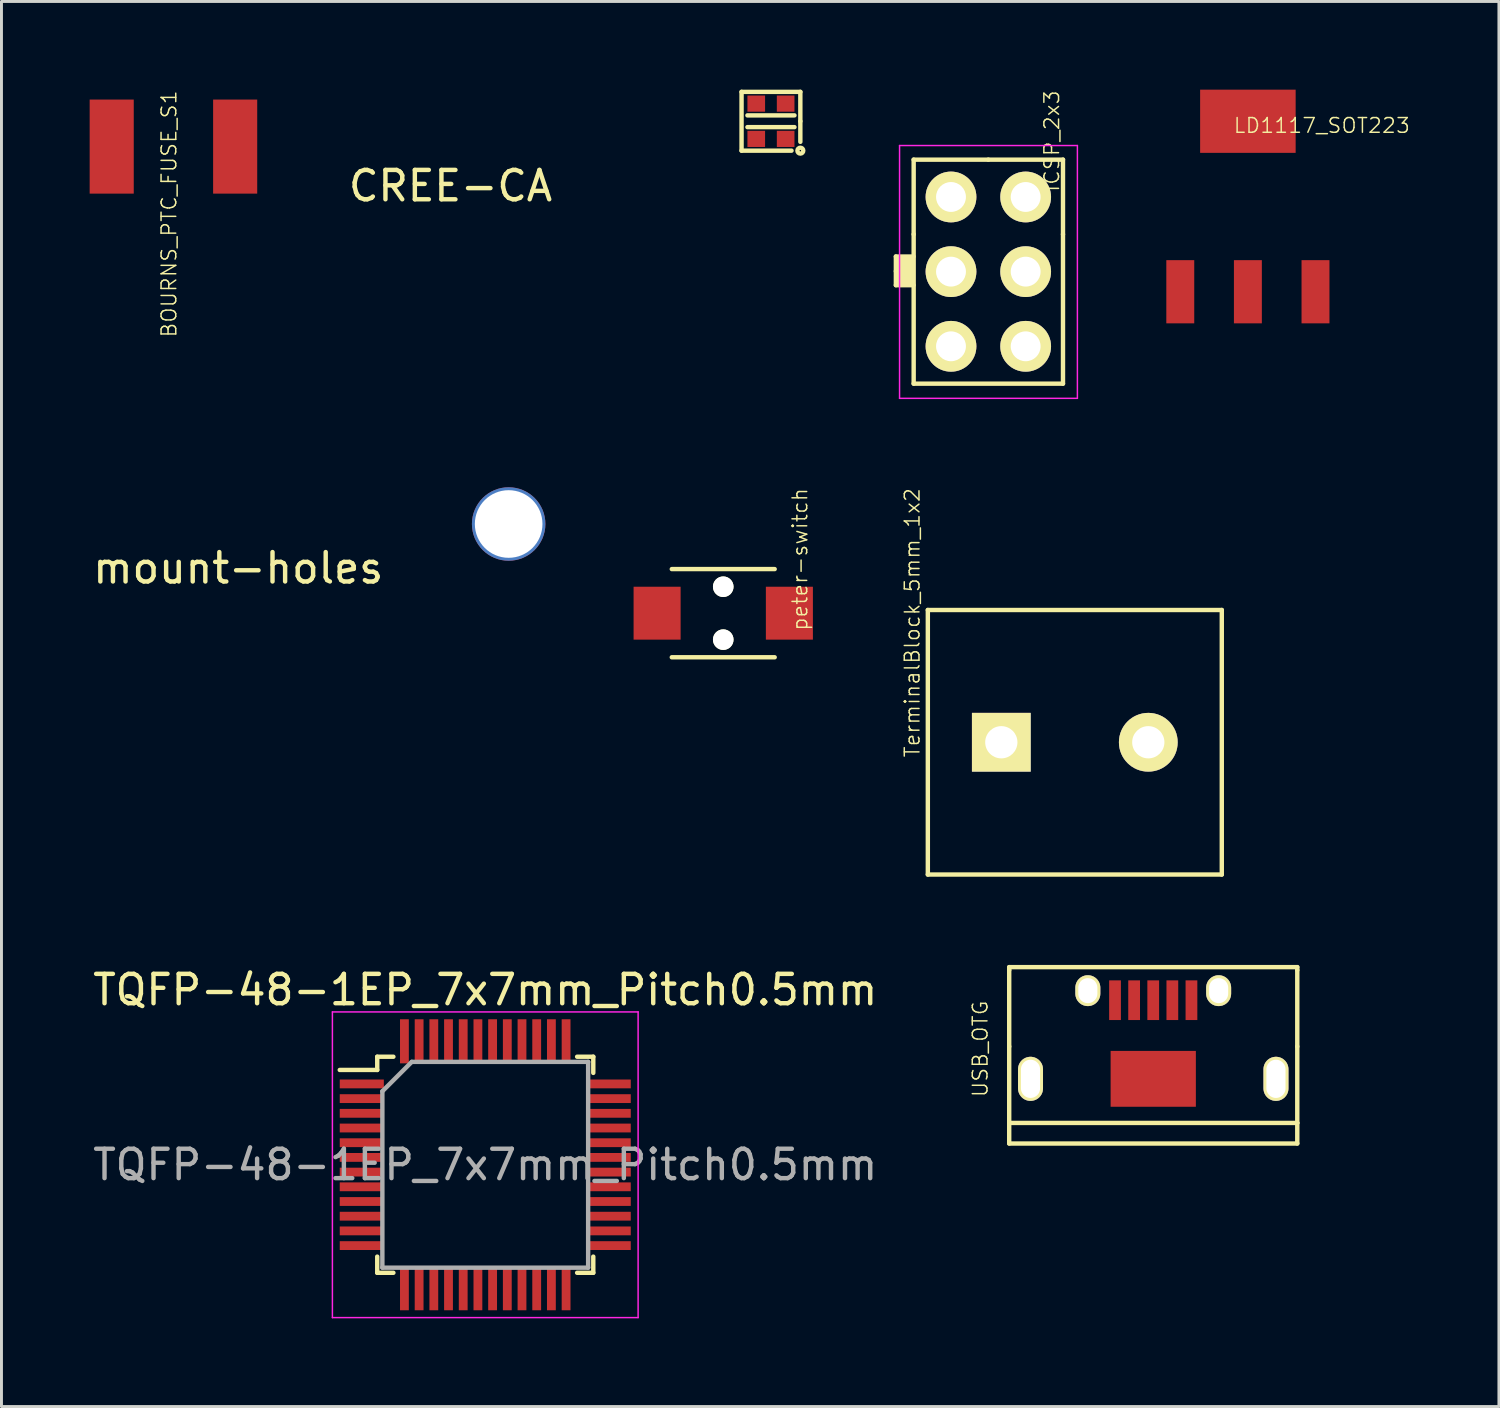
<source format=kicad_pcb>
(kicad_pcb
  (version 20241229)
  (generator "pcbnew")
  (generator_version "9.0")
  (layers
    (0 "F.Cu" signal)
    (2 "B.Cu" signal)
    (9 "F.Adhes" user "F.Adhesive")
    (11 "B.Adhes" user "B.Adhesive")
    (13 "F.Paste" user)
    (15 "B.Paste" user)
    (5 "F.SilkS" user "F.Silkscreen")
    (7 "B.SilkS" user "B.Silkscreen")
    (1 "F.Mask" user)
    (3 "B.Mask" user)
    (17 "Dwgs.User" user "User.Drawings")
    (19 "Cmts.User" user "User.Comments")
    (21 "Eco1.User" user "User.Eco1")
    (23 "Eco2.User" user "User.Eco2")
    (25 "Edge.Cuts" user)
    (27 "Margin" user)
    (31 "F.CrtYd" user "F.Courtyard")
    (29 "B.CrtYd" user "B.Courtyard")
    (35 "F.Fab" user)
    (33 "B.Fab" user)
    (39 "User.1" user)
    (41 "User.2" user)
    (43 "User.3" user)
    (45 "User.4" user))
  (footprint "TQFP-48-1EP_7x7mm_Pitch0.5mm"
    (layer "F.Cu")
    (at 13.458 36.574)
    (property "Reference" "TQFP-48-1EP_7x7mm_Pitch0.5mm" (at 0 -5.95 0) (layer "F.SilkS") (effects (font (size 1 1) (thickness 0.15))))
    (attr smd)
    (fp_line (start -3.675 -3.675) (end -3.675 -3.225) (stroke (width 0.15) (type solid)) (layer "F.SilkS"))
    (fp_line (start -3.675 -3.675) (end -3.125 -3.675) (stroke (width 0.15) (type solid)) (layer "F.SilkS"))
    (fp_line (start -3.675 -3.225) (end -4.95 -3.225) (stroke (width 0.15) (type solid)) (layer "F.SilkS"))
    (fp_line (start -3.675 3.675) (end -3.675 3.125) (stroke (width 0.15) (type solid)) (layer "F.SilkS"))
    (fp_line (start -3.675 3.675) (end -3.125 3.675) (stroke (width 0.15) (type solid)) (layer "F.SilkS"))
    (fp_line (start 3.675 -3.675) (end 3.125 -3.675) (stroke (width 0.15) (type solid)) (layer "F.SilkS"))
    (fp_line (start 3.675 -3.675) (end 3.675 -3.125) (stroke (width 0.15) (type solid)) (layer "F.SilkS"))
    (fp_line (start 3.675 3.675) (end 3.125 3.675) (stroke (width 0.15) (type solid)) (layer "F.SilkS"))
    (fp_line (start 3.675 3.675) (end 3.675 3.125) (stroke (width 0.15) (type solid)) (layer "F.SilkS"))
    (fp_line (start -5.2 -5.2) (end -5.2 5.2) (stroke (width 0.05) (type solid)) (layer "F.CrtYd"))
    (fp_line (start -5.2 -5.2) (end 5.2 -5.2) (stroke (width 0.05) (type solid)) (layer "F.CrtYd"))
    (fp_line (start -5.2 5.2) (end 5.2 5.2) (stroke (width 0.05) (type solid)) (layer "F.CrtYd"))
    (fp_line (start 5.2 -5.2) (end 5.2 5.2) (stroke (width 0.05) (type solid)) (layer "F.CrtYd"))
    (fp_line (start -3.5 -2.5) (end -2.5 -3.5) (stroke (width 0.15) (type solid)) (layer "F.Fab"))
    (fp_line (start -3.5 3.5) (end -3.5 -2.5) (stroke (width 0.15) (type solid)) (layer "F.Fab"))
    (fp_line (start -2.5 -3.5) (end 3.5 -3.5) (stroke (width 0.15) (type solid)) (layer "F.Fab"))
    (fp_line (start 3.5 -3.5) (end 3.5 3.5) (stroke (width 0.15) (type solid)) (layer "F.Fab"))
    (fp_line (start 3.5 3.5) (end -3.5 3.5) (stroke (width 0.15) (type solid)) (layer "F.Fab"))
    (fp_text user "${REFERENCE}" (at 0 0 0) (layer "F.Fab") (effects (font (size 1 1) (thickness 0.15))))
    (pad "1" smd rect (at -4.2 -2.75) (size 1.5 0.3) (layers "F.Cu" "F.Mask" "F.Paste"))
    (pad "2" smd rect (at -4.2 -2.25) (size 1.5 0.3) (layers "F.Cu" "F.Mask" "F.Paste"))
    (pad "3" smd rect (at -4.2 -1.75) (size 1.5 0.3) (layers "F.Cu" "F.Mask" "F.Paste"))
    (pad "4" smd rect (at -4.2 -1.25) (size 1.5 0.3) (layers "F.Cu" "F.Mask" "F.Paste"))
    (pad "5" smd rect (at -4.2 -0.75) (size 1.5 0.3) (layers "F.Cu" "F.Mask" "F.Paste"))
    (pad "6" smd rect (at -4.2 -0.25) (size 1.5 0.3) (layers "F.Cu" "F.Mask" "F.Paste"))
    (pad "7" smd rect (at -4.2 0.25) (size 1.5 0.3) (layers "F.Cu" "F.Mask" "F.Paste"))
    (pad "8" smd rect (at -4.2 0.75) (size 1.5 0.3) (layers "F.Cu" "F.Mask" "F.Paste"))
    (pad "9" smd rect (at -4.2 1.25) (size 1.5 0.3) (layers "F.Cu" "F.Mask" "F.Paste"))
    (pad "10" smd rect (at -4.2 1.75) (size 1.5 0.3) (layers "F.Cu" "F.Mask" "F.Paste"))
    (pad "11" smd rect (at -4.2 2.25) (size 1.5 0.3) (layers "F.Cu" "F.Mask" "F.Paste"))
    (pad "12" smd rect (at -4.2 2.75) (size 1.5 0.3) (layers "F.Cu" "F.Mask" "F.Paste"))
    (pad "13" smd rect (at -2.75 4.2 90) (size 1.5 0.3) (layers "F.Cu" "F.Mask" "F.Paste"))
    (pad "14" smd rect (at -2.25 4.2 90) (size 1.5 0.3) (layers "F.Cu" "F.Mask" "F.Paste"))
    (pad "15" smd rect (at -1.75 4.2 90) (size 1.5 0.3) (layers "F.Cu" "F.Mask" "F.Paste"))
    (pad "16" smd rect (at -1.25 4.2 90) (size 1.5 0.3) (layers "F.Cu" "F.Mask" "F.Paste"))
    (pad "17" smd rect (at -0.75 4.2 90) (size 1.5 0.3) (layers "F.Cu" "F.Mask" "F.Paste"))
    (pad "18" smd rect (at -0.25 4.2 90) (size 1.5 0.3) (layers "F.Cu" "F.Mask" "F.Paste"))
    (pad "19" smd rect (at 0.25 4.2 90) (size 1.5 0.3) (layers "F.Cu" "F.Mask" "F.Paste"))
    (pad "20" smd rect (at 0.75 4.2 90) (size 1.5 0.3) (layers "F.Cu" "F.Mask" "F.Paste"))
    (pad "21" smd rect (at 1.25 4.2 90) (size 1.5 0.3) (layers "F.Cu" "F.Mask" "F.Paste"))
    (pad "22" smd rect (at 1.75 4.2 90) (size 1.5 0.3) (layers "F.Cu" "F.Mask" "F.Paste"))
    (pad "23" smd rect (at 2.25 4.2 90) (size 1.5 0.3) (layers "F.Cu" "F.Mask" "F.Paste"))
    (pad "24" smd rect (at 2.75 4.2 90) (size 1.5 0.3) (layers "F.Cu" "F.Mask" "F.Paste"))
    (pad "25" smd rect (at 4.2 2.75) (size 1.5 0.3) (layers "F.Cu" "F.Mask" "F.Paste"))
    (pad "26" smd rect (at 4.2 2.25) (size 1.5 0.3) (layers "F.Cu" "F.Mask" "F.Paste"))
    (pad "27" smd rect (at 4.2 1.75) (size 1.5 0.3) (layers "F.Cu" "F.Mask" "F.Paste"))
    (pad "28" smd rect (at 4.2 1.25) (size 1.5 0.3) (layers "F.Cu" "F.Mask" "F.Paste"))
    (pad "29" smd rect (at 4.2 0.75) (size 1.5 0.3) (layers "F.Cu" "F.Mask" "F.Paste"))
    (pad "30" smd rect (at 4.2 0.25) (size 1.5 0.3) (layers "F.Cu" "F.Mask" "F.Paste"))
    (pad "31" smd rect (at 4.2 -0.25) (size 1.5 0.3) (layers "F.Cu" "F.Mask" "F.Paste"))
    (pad "32" smd rect (at 4.2 -0.75) (size 1.5 0.3) (layers "F.Cu" "F.Mask" "F.Paste"))
    (pad "33" smd rect (at 4.2 -1.25) (size 1.5 0.3) (layers "F.Cu" "F.Mask" "F.Paste"))
    (pad "34" smd rect (at 4.2 -1.75) (size 1.5 0.3) (layers "F.Cu" "F.Mask" "F.Paste"))
    (pad "35" smd rect (at 4.2 -2.25) (size 1.5 0.3) (layers "F.Cu" "F.Mask" "F.Paste"))
    (pad "36" smd rect (at 4.2 -2.75) (size 1.5 0.3) (layers "F.Cu" "F.Mask" "F.Paste"))
    (pad "37" smd rect (at 2.75 -4.2 90) (size 1.5 0.3) (layers "F.Cu" "F.Mask" "F.Paste"))
    (pad "38" smd rect (at 2.25 -4.2 90) (size 1.5 0.3) (layers "F.Cu" "F.Mask" "F.Paste"))
    (pad "39" smd rect (at 1.75 -4.2 90) (size 1.5 0.3) (layers "F.Cu" "F.Mask" "F.Paste"))
    (pad "40" smd rect (at 1.25 -4.2 90) (size 1.5 0.3) (layers "F.Cu" "F.Mask" "F.Paste"))
    (pad "41" smd rect (at 0.75 -4.2 90) (size 1.5 0.3) (layers "F.Cu" "F.Mask" "F.Paste"))
    (pad "42" smd rect (at 0.25 -4.2 90) (size 1.5 0.3) (layers "F.Cu" "F.Mask" "F.Paste"))
    (pad "43" smd rect (at -0.25 -4.2 90) (size 1.5 0.3) (layers "F.Cu" "F.Mask" "F.Paste"))
    (pad "44" smd rect (at -0.75 -4.2 90) (size 1.5 0.3) (layers "F.Cu" "F.Mask" "F.Paste"))
    (pad "45" smd rect (at -1.25 -4.2 90) (size 1.5 0.3) (layers "F.Cu" "F.Mask" "F.Paste"))
    (pad "46" smd rect (at -1.75 -4.2 90) (size 1.5 0.3) (layers "F.Cu" "F.Mask" "F.Paste"))
    (pad "47" smd rect (at -2.25 -4.2 90) (size 1.5 0.3) (layers "F.Cu" "F.Mask" "F.Paste"))
    (pad "48" smd rect (at -2.75 -4.2 90) (size 1.5 0.3) (layers "F.Cu" "F.Mask" "F.Paste")))
  (footprint "BOURNS_PTC_FUSE_S1"
    (layer "F.Cu")
    (at 2.85 1.937)
    (property "Reference" "BOURNS_PTC_FUSE_S1" (at -0.15 2.29 90) (layer "F.SilkS") (effects (font (size 0.5 0.5) (thickness 0.05))))
    (attr through_hole)
    (pad "1" smd rect (at -2.1 0) (size 1.5 3.2) (layers "F.Cu" "F.Mask" "F.Paste"))
    (pad "2" smd rect (at 2.1 0) (size 1.5 3.2) (layers "F.Cu" "F.Mask" "F.Paste")))
  (footprint "mount-holes"
    (layer "F.Cu")
    (at 14.254 14.776)
    (property "Reference" "mount-holes" (at -9.2 1.5 0) (layer "F.SilkS") (effects (font (size 1 1) (thickness 0.15))))
    (attr through_hole)
    (pad "1" thru_hole circle (at 0 0) (size 2.5 2.5) (drill 2.3) (layers "*.Cu")))
  (footprint "ICSP_2x3"
    (layer "F.Cu")
    (at 29.302 3.651)
    (property "Reference" "ICSP_2x3" (at 3.43 -1.9 90) (layer "F.SilkS") (effects (font (size 0.5 0.5) (thickness 0.05))))
    (attr through_hole)
    (fp_line (start -1.875 2.025) (end -1.275 2.025) (stroke (width 0.15) (type solid)) (layer "F.SilkS"))
    (fp_line (start -1.875 2.525) (end -1.875 2.025) (stroke (width 0.15) (type solid)) (layer "F.SilkS"))
    (fp_line (start -1.875 2.525) (end -1.875 3) (stroke (width 0.15) (type solid)) (layer "F.SilkS"))
    (fp_line (start -1.875 3) (end -1.275 3) (stroke (width 0.15) (type solid)) (layer "F.SilkS"))
    (fp_line (start -1.775 2.125) (end -1.35 2.125) (stroke (width 0.15) (type solid)) (layer "F.SilkS"))
    (fp_line (start -1.775 2.975) (end -1.775 2.125) (stroke (width 0.15) (type solid)) (layer "F.SilkS"))
    (fp_line (start -1.7 2.25) (end -1.425 2.25) (stroke (width 0.15) (type solid)) (layer "F.SilkS"))
    (fp_line (start -1.7 2.9) (end -1.7 2.25) (stroke (width 0.15) (type solid)) (layer "F.SilkS"))
    (fp_line (start -1.625 2.35) (end -1.5 2.35) (stroke (width 0.15) (type solid)) (layer "F.SilkS"))
    (fp_line (start -1.625 2.775) (end -1.625 2.35) (stroke (width 0.15) (type solid)) (layer "F.SilkS"))
    (fp_line (start -1.525 2.675) (end -1.525 2.7) (stroke (width 0.15) (type solid)) (layer "F.SilkS"))
    (fp_line (start -1.5 2.35) (end -1.525 2.675) (stroke (width 0.15) (type solid)) (layer "F.SilkS"))
    (fp_line (start -1.425 2.25) (end -1.425 2.775) (stroke (width 0.15) (type solid)) (layer "F.SilkS"))
    (fp_line (start -1.425 2.775) (end -1.625 2.775) (stroke (width 0.15) (type solid)) (layer "F.SilkS"))
    (fp_line (start -1.35 2.125) (end -1.35 2.9) (stroke (width 0.15) (type solid)) (layer "F.SilkS"))
    (fp_line (start -1.35 2.9) (end -1.7 2.9) (stroke (width 0.15) (type solid)) (layer "F.SilkS"))
    (fp_line (start -1.27 -1.27) (end 1.27 -1.27) (stroke (width 0.15) (type solid)) (layer "F.SilkS"))
    (fp_line (start -1.27 1.27) (end -1.27 -1.27) (stroke (width 0.15) (type solid)) (layer "F.SilkS"))
    (fp_line (start -1.27 1.27) (end -1.27 6.35) (stroke (width 0.15) (type solid)) (layer "F.SilkS"))
    (fp_line (start -1.27 6.35) (end 3.81 6.35) (stroke (width 0.15) (type solid)) (layer "F.SilkS"))
    (fp_line (start 3.81 -1.27) (end 1.27 -1.27) (stroke (width 0.15) (type solid)) (layer "F.SilkS"))
    (fp_line (start 3.81 1.27) (end 3.81 -1.27) (stroke (width 0.15) (type solid)) (layer "F.SilkS"))
    (fp_line (start 3.81 6.35) (end 3.81 1.27) (stroke (width 0.15) (type solid)) (layer "F.SilkS"))
    (fp_line (start -1.75 -1.75) (end -1.75 6.85) (stroke (width 0.05) (type solid)) (layer "F.CrtYd"))
    (fp_line (start -1.75 -1.75) (end 4.3 -1.75) (stroke (width 0.05) (type solid)) (layer "F.CrtYd"))
    (fp_line (start -1.75 6.85) (end 4.3 6.85) (stroke (width 0.05) (type solid)) (layer "F.CrtYd"))
    (fp_line (start 4.3 -1.75) (end 4.3 6.85) (stroke (width 0.05) (type solid)) (layer "F.CrtYd"))
    (pad "1" thru_hole circle (at 0 0) (size 1.727 1.727) (drill 1.016) (layers "*.Cu" "*.Mask" "F.SilkS"))
    (pad "2" thru_hole oval (at 2.54 0) (size 1.727 1.727) (drill 1.016) (layers "*.Cu" "*.Mask" "F.SilkS"))
    (pad "3" thru_hole oval (at 0 2.54) (size 1.727 1.727) (drill 1.016) (layers "*.Cu" "*.Mask" "F.SilkS"))
    (pad "4" thru_hole oval (at 2.54 2.54) (size 1.727 1.727) (drill 1.016) (layers "*.Cu" "*.Mask" "F.SilkS"))
    (pad "5" thru_hole oval (at 0 5.08) (size 1.727 1.727) (drill 1.016) (layers "*.Cu" "*.Mask" "F.SilkS"))
    (pad "6" thru_hole oval (at 2.54 5.08) (size 1.727 1.727) (drill 1.016) (layers "*.Cu" "*.Mask" "F.SilkS")))
  (footprint "peter-switch"
    (layer "F.Cu")
    (at 21.554 17.81)
    (property "Reference" "peter-switch" (at 2.61 -1.83 90) (layer "F.SilkS") (effects (font (size 0.5 0.5) (thickness 0.05))))
    (attr through_hole)
    (fp_line (start -1.75 -1.5) (end 1.75 -1.5) (stroke (width 0.15) (type solid)) (layer "F.SilkS"))
    (fp_line (start -1.75 1.5) (end 1.75 1.5) (stroke (width 0.15) (type solid)) (layer "F.SilkS"))
    (pad "" np_thru_hole circle (at 0 -0.9) (size 0.7 0.7) (drill 0.7) (layers "*.Cu" "*.Mask" "F.SilkS"))
    (pad "" np_thru_hole circle (at 0 0.9) (size 0.7 0.7) (drill 0.7) (layers "*.Cu" "*.Mask" "F.SilkS"))
    (pad "1" smd rect (at -2.25 0) (size 1.6 1.8) (layers "F.Cu" "F.Mask" "F.Paste"))
    (pad "2" smd rect (at 2.25 0) (size 1.6 1.8) (layers "F.Cu" "F.Mask" "F.Paste")))
  (footprint "CREE-CA"
    (layer "F.Cu")
    (at 23.177 1.075)
    (property "Reference" "CREE-CA" (at -10.9 2.2 0) (layer "F.SilkS") (effects (font (size 1 1) (thickness 0.15))))
    (attr through_hole)
    (fp_line (start -1 -1) (end -1 1) (stroke (width 0.15) (type solid)) (layer "F.SilkS"))
    (fp_line (start -1 1) (end 0.7 1) (stroke (width 0.15) (type solid)) (layer "F.SilkS"))
    (fp_line (start -0.8 -0.2) (end 0.8 -0.2) (stroke (width 0.15) (type solid)) (layer "F.SilkS"))
    (fp_line (start -0.8 0.2) (end 0.8 0.2) (stroke (width 0.15) (type solid)) (layer "F.SilkS"))
    (fp_line (start 1 -1) (end -1 -1) (stroke (width 0.15) (type solid)) (layer "F.SilkS"))
    (fp_line (start 1 0) (end 1 -1) (stroke (width 0.15) (type solid)) (layer "F.SilkS"))
    (fp_line (start 1 0) (end 1 0.7) (stroke (width 0.15) (type solid)) (layer "F.SilkS"))
    (fp_circle (center 1 1) (end 1.1 1) (stroke (width 0.15) (type solid)) (fill no) (layer "F.SilkS"))
    (pad "1" smd rect (at 0.5 0.6) (size 0.6 0.55) (layers "F.Cu" "F.Mask" "F.Paste"))
    (pad "2" smd rect (at -0.5 0.6) (size 0.6 0.55) (layers "F.Cu" "F.Mask" "F.Paste"))
    (pad "3" smd rect (at -0.5 -0.6) (size 0.6 0.55) (layers "F.Cu" "F.Mask" "F.Paste"))
    (pad "4" smd rect (at 0.5 -0.6) (size 0.6 0.55) (layers "F.Cu" "F.Mask" "F.Paste")))
  (footprint "USB_OTG"
    (layer "F.Cu")
    (at 36.182 32.551)
    (property "Reference" "USB_OTG" (at -5.885 0.08 90) (layer "F.SilkS") (effects (font (size 0.5 0.5) (thickness 0.05))))
    (attr smd)
    (fp_line (start -4.9 -2.7) (end -4.9 -2.6) (stroke (width 0.15) (type solid)) (layer "F.SilkS"))
    (fp_line (start -4.9 -2.7) (end 4.9 -2.7) (stroke (width 0.15) (type solid)) (layer "F.SilkS"))
    (fp_line (start -4.9 0) (end -4.9 -2.6) (stroke (width 0.15) (type solid)) (layer "F.SilkS"))
    (fp_line (start -4.9 0) (end -4.9 2.6) (stroke (width 0.15) (type solid)) (layer "F.SilkS"))
    (fp_line (start -4.9 2.6) (end -4.9 3.3) (stroke (width 0.15) (type solid)) (layer "F.SilkS"))
    (fp_line (start -4.9 2.6) (end 4.9 2.6) (stroke (width 0.15) (type solid)) (layer "F.SilkS"))
    (fp_line (start -4.9 3.3) (end 4.9 3.3) (stroke (width 0.15) (type solid)) (layer "F.SilkS"))
    (fp_line (start 4.9 -2.7) (end 4.9 -2.6) (stroke (width 0.15) (type solid)) (layer "F.SilkS"))
    (fp_line (start 4.9 0) (end 4.9 -2.6) (stroke (width 0.15) (type solid)) (layer "F.SilkS"))
    (fp_line (start 4.9 0) (end 4.9 2.6) (stroke (width 0.15) (type solid)) (layer "F.SilkS"))
    (fp_line (start 4.9 3.3) (end 4.9 2.6) (stroke (width 0.15) (type solid)) (layer "F.SilkS"))
    (pad "" np_thru_hole oval (at -4.175 1.1 90) (size 1.5 0.85) (drill oval 1.3 0.65) (layers "*.Cu" "*.Mask" "F.SilkS"))
    (pad "" np_thru_hole oval (at -2.225 -1.9 90) (size 1.05 0.85) (drill oval 0.85 0.65) (layers "*.Cu" "*.Mask" "F.SilkS"))
    (pad "" np_thru_hole oval (at 2.225 -1.9 90) (size 1.05 0.85) (drill oval 0.85 0.65) (layers "*.Cu" "*.Mask" "F.SilkS"))
    (pad "" np_thru_hole oval (at 4.175 1.1 90) (size 1.5 0.85) (drill oval 1.3 0.65) (layers "*.Cu" "*.Mask" "F.SilkS"))
    (pad "1" smd rect (at 1.3 -1.575 90) (size 1.35 0.4) (layers "F.Cu" "F.Mask" "F.Paste"))
    (pad "2" smd rect (at 0.65 -1.575 90) (size 1.35 0.4) (layers "F.Cu" "F.Mask" "F.Paste"))
    (pad "3" smd rect (at 0 -1.575 90) (size 1.35 0.4) (layers "F.Cu" "F.Mask" "F.Paste"))
    (pad "4" smd rect (at -0.65 -1.575 90) (size 1.35 0.4) (layers "F.Cu" "F.Mask" "F.Paste"))
    (pad "5" smd rect (at -1.3 -1.575 90) (size 1.35 0.4) (layers "F.Cu" "F.Mask" "F.Paste"))
    (pad "6" smd rect (at 0 1.1 90) (size 1.9 2.9) (layers "F.Cu" "F.Mask" "F.Paste")))
  (footprint "TerminalBlock_5mm_1x2"
    (layer "F.Cu")
    (at 33.514 22.201)
    (property "Reference" "TerminalBlock_5mm_1x2" (at -5.53 -4.066 90) (layer "F.SilkS") (effects (font (size 0.5 0.5) (thickness 0.05))))
    (attr through_hole)
    (fp_line (start -5 -4.5) (end 5 -4.5) (stroke (width 0.15) (type solid)) (layer "F.SilkS"))
    (fp_line (start -5 4.5) (end -5 -4.5) (stroke (width 0.15) (type solid)) (layer "F.SilkS"))
    (fp_line (start -5 4.5) (end 5 4.5) (stroke (width 0.15) (type solid)) (layer "F.SilkS"))
    (fp_line (start 5 4.5) (end 5 -4.5) (stroke (width 0.15) (type solid)) (layer "F.SilkS"))
    (pad "1" thru_hole rect (at -2.5 0) (size 1.999 1.999) (drill 1.097) (layers "*.Cu" "*.Mask" "F.SilkS"))
    (pad "2" thru_hole oval (at 2.5 0) (size 1.999 1.999) (drill 1.097) (layers "*.Cu" "*.Mask" "F.SilkS")))
  (footprint "LD1117_SOT223"
    (layer "F.Cu")
    (at 39.402 3.975)
    (property "Reference" "LD1117_SOT223" (at 2.515 -2.755 0) (layer "F.SilkS") (effects (font (size 0.5 0.5) (thickness 0.05))))
    (attr through_hole)
    (pad "1" smd rect (at -2.3 2.9) (size 0.95 2.15) (layers "F.Cu" "F.Mask" "F.Paste"))
    (pad "2" smd rect (at 0 -2.9) (size 3.25 2.15) (layers "F.Cu" "F.Mask" "F.Paste"))
    (pad "2" smd rect (at 0 2.9) (size 0.95 2.15) (layers "F.Cu" "F.Mask" "F.Paste"))
    (pad "3" smd rect (at 2.3 2.9) (size 0.95 2.15) (layers "F.Cu" "F.Mask" "F.Paste")))
  (gr_rect
    (start -3 -3)
    (end 47.942 44.799)
    (stroke (width 0.1) (type default))
    (fill no)
    (layer "Edge.Cuts")))
</source>
